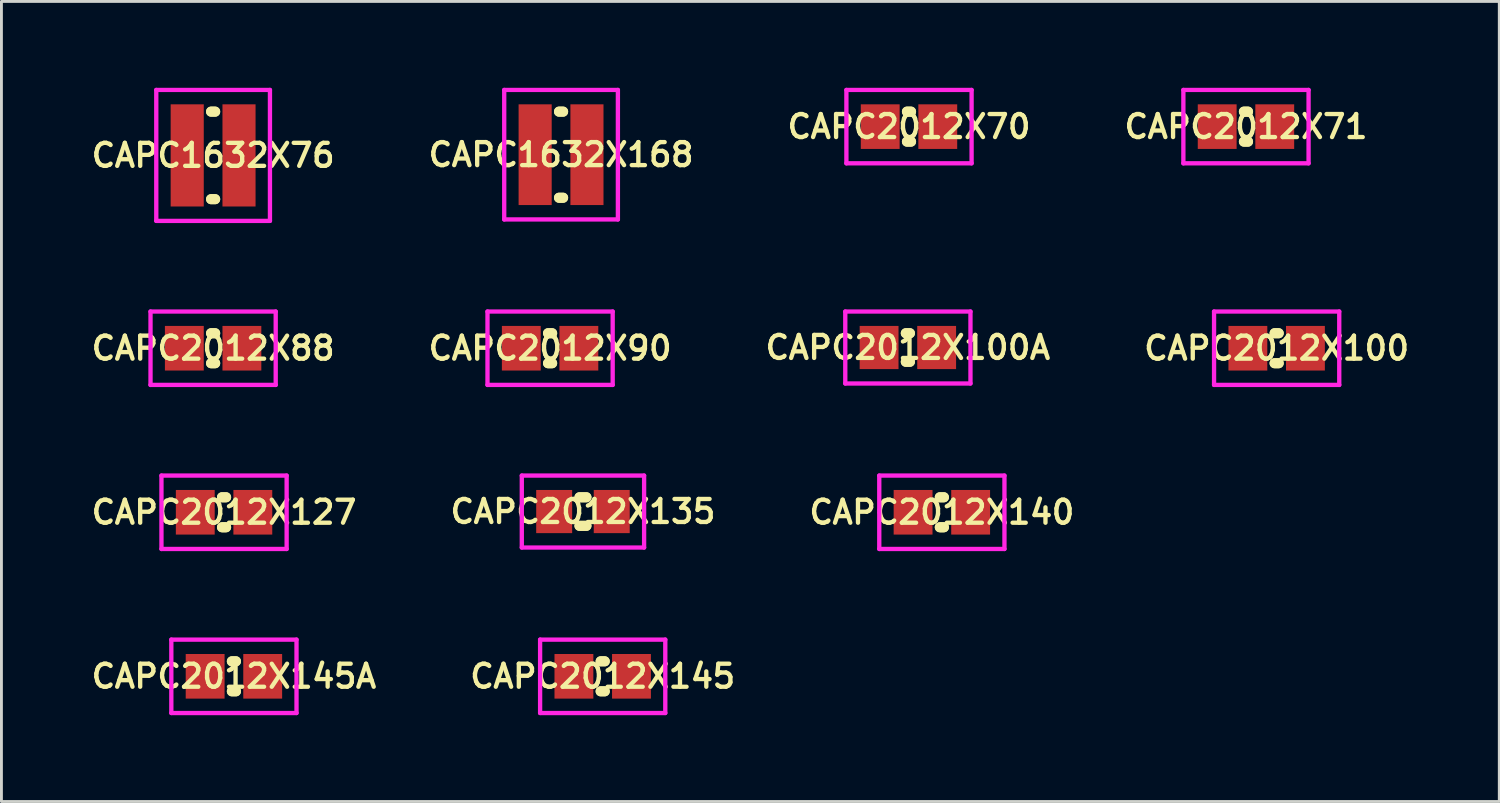
<source format=kicad_pcb>
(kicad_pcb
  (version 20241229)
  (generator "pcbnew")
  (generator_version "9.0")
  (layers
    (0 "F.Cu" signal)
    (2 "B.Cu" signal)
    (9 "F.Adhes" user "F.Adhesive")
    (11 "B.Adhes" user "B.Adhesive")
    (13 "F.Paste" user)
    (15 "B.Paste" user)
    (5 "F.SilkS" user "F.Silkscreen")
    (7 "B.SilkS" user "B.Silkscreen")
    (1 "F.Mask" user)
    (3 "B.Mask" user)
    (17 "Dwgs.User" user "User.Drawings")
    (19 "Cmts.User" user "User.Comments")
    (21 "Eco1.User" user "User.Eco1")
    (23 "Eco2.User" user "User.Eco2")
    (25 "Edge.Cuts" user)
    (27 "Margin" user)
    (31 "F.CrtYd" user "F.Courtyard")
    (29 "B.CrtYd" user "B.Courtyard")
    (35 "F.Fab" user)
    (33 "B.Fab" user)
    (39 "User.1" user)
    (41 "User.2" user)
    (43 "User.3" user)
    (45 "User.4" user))
  (footprint "CAPC2012X90"
    (layer "F.Cu")
    (at 16.064 9.05)
    (property "Reference" "CAPC2012X90" (at 0 0 0) (layer "F.SilkS") (effects (font (size 0.8 0.8) (thickness 0.15))))
    (attr smd)
    (fp_line (start -0.071 -0.521) (end 0.071 -0.521) (stroke (width 0.35) (type solid)) (layer "F.SilkS"))
    (fp_line (start -0.071 0.521) (end 0.071 0.521) (stroke (width 0.35) (type solid)) (layer "F.SilkS"))
    (fp_line (start 0.071 -0.521) (end -0.071 -0.521) (stroke (width 0.35) (type solid)) (layer "F.SilkS"))
    (fp_line (start 0.071 0.521) (end -0.071 0.521) (stroke (width 0.35) (type solid)) (layer "F.SilkS"))
    (fp_line (start -2.175 -1.275) (end 2.175 -1.275) (stroke (width 0.15) (type solid)) (layer "F.CrtYd"))
    (fp_line (start -2.175 1.275) (end -2.175 -1.275) (stroke (width 0.15) (type solid)) (layer "F.CrtYd"))
    (fp_line (start 2.175 -1.275) (end 2.175 1.275) (stroke (width 0.15) (type solid)) (layer "F.CrtYd"))
    (fp_line (start 2.175 1.275) (end -2.175 1.275) (stroke (width 0.15) (type solid)) (layer "F.CrtYd"))
    (pad "1" smd rect (at -1 0) (size 1.35 1.55) (layers "F.Cu" "F.Mask" "F.Paste"))
    (pad "2" smd rect (at 1 0) (size 1.35 1.55) (layers "F.Cu" "F.Mask" "F.Paste")))
  (footprint "CAPC2012X100A"
    (layer "F.Cu")
    (at 28.496 9.025)
    (property "Reference" "CAPC2012X100A" (at 0 0 0) (layer "F.SilkS") (effects (font (size 0.8 0.8) (thickness 0.15))))
    (attr smd)
    (fp_line (start -0.071 -0.496) (end 0.071 -0.496) (stroke (width 0.35) (type solid)) (layer "F.SilkS"))
    (fp_line (start -0.071 0.496) (end 0.071 0.496) (stroke (width 0.35) (type solid)) (layer "F.SilkS"))
    (fp_line (start 0.071 -0.496) (end -0.071 -0.496) (stroke (width 0.35) (type solid)) (layer "F.SilkS"))
    (fp_line (start 0.071 0.496) (end -0.071 0.496) (stroke (width 0.35) (type solid)) (layer "F.SilkS"))
    (fp_line (start -2.175 -1.25) (end 2.175 -1.25) (stroke (width 0.15) (type solid)) (layer "F.CrtYd"))
    (fp_line (start -2.175 1.25) (end -2.175 -1.25) (stroke (width 0.15) (type solid)) (layer "F.CrtYd"))
    (fp_line (start 2.175 -1.25) (end 2.175 1.25) (stroke (width 0.15) (type solid)) (layer "F.CrtYd"))
    (fp_line (start 2.175 1.25) (end -2.175 1.25) (stroke (width 0.15) (type solid)) (layer "F.CrtYd"))
    (pad "1" smd rect (at -1 0) (size 1.35 1.5) (layers "F.Cu" "F.Mask" "F.Paste"))
    (pad "2" smd rect (at 1 0) (size 1.35 1.5) (layers "F.Cu" "F.Mask" "F.Paste")))
  (footprint "CAPC2012X140"
    (layer "F.Cu")
    (at 29.677 14.75)
    (property "Reference" "CAPC2012X140" (at 0 0 0) (layer "F.SilkS") (effects (font (size 0.8 0.8) (thickness 0.15))))
    (attr smd)
    (fp_line (start -0.071 -0.521) (end 0.071 -0.521) (stroke (width 0.35) (type solid)) (layer "F.SilkS"))
    (fp_line (start -0.071 0.521) (end 0.071 0.521) (stroke (width 0.35) (type solid)) (layer "F.SilkS"))
    (fp_line (start 0.071 -0.521) (end -0.071 -0.521) (stroke (width 0.35) (type solid)) (layer "F.SilkS"))
    (fp_line (start 0.071 0.521) (end -0.071 0.521) (stroke (width 0.35) (type solid)) (layer "F.SilkS"))
    (fp_line (start -2.175 -1.275) (end 2.175 -1.275) (stroke (width 0.15) (type solid)) (layer "F.CrtYd"))
    (fp_line (start -2.175 1.275) (end -2.175 -1.275) (stroke (width 0.15) (type solid)) (layer "F.CrtYd"))
    (fp_line (start 2.175 -1.275) (end 2.175 1.275) (stroke (width 0.15) (type solid)) (layer "F.CrtYd"))
    (fp_line (start 2.175 1.275) (end -2.175 1.275) (stroke (width 0.15) (type solid)) (layer "F.CrtYd"))
    (pad "1" smd rect (at -1 0) (size 1.35 1.55) (layers "F.Cu" "F.Mask" "F.Paste"))
    (pad "2" smd rect (at 1 0) (size 1.35 1.55) (layers "F.Cu" "F.Mask" "F.Paste")))
  (footprint "CAPC2012X71"
    (layer "F.Cu")
    (at 40.244 1.35)
    (property "Reference" "CAPC2012X71" (at 0 0 0) (layer "F.SilkS") (effects (font (size 0.8 0.8) (thickness 0.15))))
    (attr smd)
    (fp_line (start -0.071 -0.521) (end 0.071 -0.521) (stroke (width 0.35) (type solid)) (layer "F.SilkS"))
    (fp_line (start -0.071 0.521) (end 0.071 0.521) (stroke (width 0.35) (type solid)) (layer "F.SilkS"))
    (fp_line (start 0.071 -0.521) (end -0.071 -0.521) (stroke (width 0.35) (type solid)) (layer "F.SilkS"))
    (fp_line (start 0.071 0.521) (end -0.071 0.521) (stroke (width 0.35) (type solid)) (layer "F.SilkS"))
    (fp_line (start -2.175 -1.275) (end 2.175 -1.275) (stroke (width 0.15) (type solid)) (layer "F.CrtYd"))
    (fp_line (start -2.175 1.275) (end -2.175 -1.275) (stroke (width 0.15) (type solid)) (layer "F.CrtYd"))
    (fp_line (start 2.175 -1.275) (end 2.175 1.275) (stroke (width 0.15) (type solid)) (layer "F.CrtYd"))
    (fp_line (start 2.175 1.275) (end -2.175 1.275) (stroke (width 0.15) (type solid)) (layer "F.CrtYd"))
    (pad "1" smd rect (at -1 0) (size 1.35 1.55) (layers "F.Cu" "F.Mask" "F.Paste"))
    (pad "2" smd rect (at 1 0) (size 1.35 1.55) (layers "F.Cu" "F.Mask" "F.Paste")))
  (footprint "CAPC2012X135"
    (layer "F.Cu")
    (at 17.206 14.725)
    (property "Reference" "CAPC2012X135" (at 0 0 0) (layer "F.SilkS") (effects (font (size 0.8 0.8) (thickness 0.15))))
    (attr smd)
    (fp_line (start -0.121 -0.496) (end 0.121 -0.496) (stroke (width 0.35) (type solid)) (layer "F.SilkS"))
    (fp_line (start -0.121 0.496) (end 0.121 0.496) (stroke (width 0.35) (type solid)) (layer "F.SilkS"))
    (fp_line (start 0.121 -0.496) (end -0.121 -0.496) (stroke (width 0.35) (type solid)) (layer "F.SilkS"))
    (fp_line (start 0.121 0.496) (end -0.121 0.496) (stroke (width 0.35) (type solid)) (layer "F.SilkS"))
    (fp_line (start -2.125 -1.25) (end 2.125 -1.25) (stroke (width 0.15) (type solid)) (layer "F.CrtYd"))
    (fp_line (start -2.125 1.25) (end -2.125 -1.25) (stroke (width 0.15) (type solid)) (layer "F.CrtYd"))
    (fp_line (start 2.125 -1.25) (end 2.125 1.25) (stroke (width 0.15) (type solid)) (layer "F.CrtYd"))
    (fp_line (start 2.125 1.25) (end -2.125 1.25) (stroke (width 0.15) (type solid)) (layer "F.CrtYd"))
    (pad "1" smd rect (at -1 0) (size 1.25 1.5) (layers "F.Cu" "F.Mask" "F.Paste"))
    (pad "2" smd rect (at 1 0) (size 1.25 1.5) (layers "F.Cu" "F.Mask" "F.Paste")))
  (footprint "CAPC2012X145A"
    (layer "F.Cu")
    (at 5.078 20.45)
    (property "Reference" "CAPC2012X145A" (at 0 0 0) (layer "F.SilkS") (effects (font (size 0.8 0.8) (thickness 0.15))))
    (attr smd)
    (fp_line (start -0.071 -0.521) (end 0.071 -0.521) (stroke (width 0.35) (type solid)) (layer "F.SilkS"))
    (fp_line (start -0.071 0.521) (end 0.071 0.521) (stroke (width 0.35) (type solid)) (layer "F.SilkS"))
    (fp_line (start 0.071 -0.521) (end -0.071 -0.521) (stroke (width 0.35) (type solid)) (layer "F.SilkS"))
    (fp_line (start 0.071 0.521) (end -0.071 0.521) (stroke (width 0.35) (type solid)) (layer "F.SilkS"))
    (fp_line (start -2.175 -1.275) (end 2.175 -1.275) (stroke (width 0.15) (type solid)) (layer "F.CrtYd"))
    (fp_line (start -2.175 1.275) (end -2.175 -1.275) (stroke (width 0.15) (type solid)) (layer "F.CrtYd"))
    (fp_line (start 2.175 -1.275) (end 2.175 1.275) (stroke (width 0.15) (type solid)) (layer "F.CrtYd"))
    (fp_line (start 2.175 1.275) (end -2.175 1.275) (stroke (width 0.15) (type solid)) (layer "F.CrtYd"))
    (pad "1" smd rect (at -1 0) (size 1.35 1.55) (layers "F.Cu" "F.Mask" "F.Paste"))
    (pad "2" smd rect (at 1 0) (size 1.35 1.55) (layers "F.Cu" "F.Mask" "F.Paste")))
  (footprint "CAPC2012X88"
    (layer "F.Cu")
    (at 4.355 9.05)
    (property "Reference" "CAPC2012X88" (at 0 0 0) (layer "F.SilkS") (effects (font (size 0.8 0.8) (thickness 0.15))))
    (attr smd)
    (fp_line (start -0.071 -0.521) (end 0.071 -0.521) (stroke (width 0.35) (type solid)) (layer "F.SilkS"))
    (fp_line (start -0.071 0.521) (end 0.071 0.521) (stroke (width 0.35) (type solid)) (layer "F.SilkS"))
    (fp_line (start 0.071 -0.521) (end -0.071 -0.521) (stroke (width 0.35) (type solid)) (layer "F.SilkS"))
    (fp_line (start 0.071 0.521) (end -0.071 0.521) (stroke (width 0.35) (type solid)) (layer "F.SilkS"))
    (fp_line (start -2.175 -1.275) (end 2.175 -1.275) (stroke (width 0.15) (type solid)) (layer "F.CrtYd"))
    (fp_line (start -2.175 1.275) (end -2.175 -1.275) (stroke (width 0.15) (type solid)) (layer "F.CrtYd"))
    (fp_line (start 2.175 -1.275) (end 2.175 1.275) (stroke (width 0.15) (type solid)) (layer "F.CrtYd"))
    (fp_line (start 2.175 1.275) (end -2.175 1.275) (stroke (width 0.15) (type solid)) (layer "F.CrtYd"))
    (pad "1" smd rect (at -1 0) (size 1.35 1.55) (layers "F.Cu" "F.Mask" "F.Paste"))
    (pad "2" smd rect (at 1 0) (size 1.35 1.55) (layers "F.Cu" "F.Mask" "F.Paste")))
  (footprint "CAPC1632X76"
    (layer "F.Cu")
    (at 4.355 2.35)
    (property "Reference" "CAPC1632X76" (at 0 0 0) (layer "F.SilkS") (effects (font (size 0.8 0.8) (thickness 0.15))))
    (attr smd)
    (fp_line (start -0.071 -1.521) (end 0.071 -1.521) (stroke (width 0.35) (type solid)) (layer "F.SilkS"))
    (fp_line (start -0.071 1.521) (end 0.071 1.521) (stroke (width 0.35) (type solid)) (layer "F.SilkS"))
    (fp_line (start 0.071 -1.521) (end -0.071 -1.521) (stroke (width 0.35) (type solid)) (layer "F.SilkS"))
    (fp_line (start 0.071 1.521) (end -0.071 1.521) (stroke (width 0.35) (type solid)) (layer "F.SilkS"))
    (fp_line (start -1.975 -2.275) (end 1.975 -2.275) (stroke (width 0.15) (type solid)) (layer "F.CrtYd"))
    (fp_line (start -1.975 2.275) (end -1.975 -2.275) (stroke (width 0.15) (type solid)) (layer "F.CrtYd"))
    (fp_line (start 1.975 -2.275) (end 1.975 2.275) (stroke (width 0.15) (type solid)) (layer "F.CrtYd"))
    (fp_line (start 1.975 2.275) (end -1.975 2.275) (stroke (width 0.15) (type solid)) (layer "F.CrtYd"))
    (pad "1" smd rect (at -0.9 0) (size 1.15 3.55) (layers "F.Cu" "F.Mask" "F.Paste"))
    (pad "2" smd rect (at 0.9 0) (size 1.15 3.55) (layers "F.Cu" "F.Mask" "F.Paste")))
  (footprint "CAPC2012X127"
    (layer "F.Cu")
    (at 4.735 14.75)
    (property "Reference" "CAPC2012X127" (at 0 0 0) (layer "F.SilkS") (effects (font (size 0.8 0.8) (thickness 0.15))))
    (attr smd)
    (fp_line (start -0.071 -0.521) (end 0.071 -0.521) (stroke (width 0.35) (type solid)) (layer "F.SilkS"))
    (fp_line (start -0.071 0.521) (end 0.071 0.521) (stroke (width 0.35) (type solid)) (layer "F.SilkS"))
    (fp_line (start 0.071 -0.521) (end -0.071 -0.521) (stroke (width 0.35) (type solid)) (layer "F.SilkS"))
    (fp_line (start 0.071 0.521) (end -0.071 0.521) (stroke (width 0.35) (type solid)) (layer "F.SilkS"))
    (fp_line (start -2.175 -1.275) (end 2.175 -1.275) (stroke (width 0.15) (type solid)) (layer "F.CrtYd"))
    (fp_line (start -2.175 1.275) (end -2.175 -1.275) (stroke (width 0.15) (type solid)) (layer "F.CrtYd"))
    (fp_line (start 2.175 -1.275) (end 2.175 1.275) (stroke (width 0.15) (type solid)) (layer "F.CrtYd"))
    (fp_line (start 2.175 1.275) (end -2.175 1.275) (stroke (width 0.15) (type solid)) (layer "F.CrtYd"))
    (pad "1" smd rect (at -1 0) (size 1.35 1.55) (layers "F.Cu" "F.Mask" "F.Paste"))
    (pad "2" smd rect (at 1 0) (size 1.35 1.55) (layers "F.Cu" "F.Mask" "F.Paste")))
  (footprint "CAPC2012X145"
    (layer "F.Cu")
    (at 17.892 20.45)
    (property "Reference" "CAPC2012X145" (at 0 0 0) (layer "F.SilkS") (effects (font (size 0.8 0.8) (thickness 0.15))))
    (attr smd)
    (fp_line (start -0.071 -0.521) (end 0.071 -0.521) (stroke (width 0.35) (type solid)) (layer "F.SilkS"))
    (fp_line (start -0.071 0.521) (end 0.071 0.521) (stroke (width 0.35) (type solid)) (layer "F.SilkS"))
    (fp_line (start 0.071 -0.521) (end -0.071 -0.521) (stroke (width 0.35) (type solid)) (layer "F.SilkS"))
    (fp_line (start 0.071 0.521) (end -0.071 0.521) (stroke (width 0.35) (type solid)) (layer "F.SilkS"))
    (fp_line (start -2.175 -1.275) (end 2.175 -1.275) (stroke (width 0.15) (type solid)) (layer "F.CrtYd"))
    (fp_line (start -2.175 1.275) (end -2.175 -1.275) (stroke (width 0.15) (type solid)) (layer "F.CrtYd"))
    (fp_line (start 2.175 -1.275) (end 2.175 1.275) (stroke (width 0.15) (type solid)) (layer "F.CrtYd"))
    (fp_line (start 2.175 1.275) (end -2.175 1.275) (stroke (width 0.15) (type solid)) (layer "F.CrtYd"))
    (pad "1" smd rect (at -1 0) (size 1.35 1.55) (layers "F.Cu" "F.Mask" "F.Paste"))
    (pad "2" smd rect (at 1 0) (size 1.35 1.55) (layers "F.Cu" "F.Mask" "F.Paste")))
  (footprint "CAPC2012X70"
    (layer "F.Cu")
    (at 28.535 1.35)
    (property "Reference" "CAPC2012X70" (at 0 0 0) (layer "F.SilkS") (effects (font (size 0.8 0.8) (thickness 0.15))))
    (attr smd)
    (fp_line (start -0.071 -0.521) (end 0.071 -0.521) (stroke (width 0.35) (type solid)) (layer "F.SilkS"))
    (fp_line (start -0.071 0.521) (end 0.071 0.521) (stroke (width 0.35) (type solid)) (layer "F.SilkS"))
    (fp_line (start 0.071 -0.521) (end -0.071 -0.521) (stroke (width 0.35) (type solid)) (layer "F.SilkS"))
    (fp_line (start 0.071 0.521) (end -0.071 0.521) (stroke (width 0.35) (type solid)) (layer "F.SilkS"))
    (fp_line (start -2.175 -1.275) (end 2.175 -1.275) (stroke (width 0.15) (type solid)) (layer "F.CrtYd"))
    (fp_line (start -2.175 1.275) (end -2.175 -1.275) (stroke (width 0.15) (type solid)) (layer "F.CrtYd"))
    (fp_line (start 2.175 -1.275) (end 2.175 1.275) (stroke (width 0.15) (type solid)) (layer "F.CrtYd"))
    (fp_line (start 2.175 1.275) (end -2.175 1.275) (stroke (width 0.15) (type solid)) (layer "F.CrtYd"))
    (pad "1" smd rect (at -1 0) (size 1.35 1.55) (layers "F.Cu" "F.Mask" "F.Paste"))
    (pad "2" smd rect (at 1 0) (size 1.35 1.55) (layers "F.Cu" "F.Mask" "F.Paste")))
  (footprint "CAPC1632X168"
    (layer "F.Cu")
    (at 16.445 2.325)
    (property "Reference" "CAPC1632X168" (at 0 0 0) (layer "F.SilkS") (effects (font (size 0.8 0.8) (thickness 0.15))))
    (attr smd)
    (fp_line (start -0.071 -1.496) (end 0.071 -1.496) (stroke (width 0.35) (type solid)) (layer "F.SilkS"))
    (fp_line (start -0.071 1.496) (end 0.071 1.496) (stroke (width 0.35) (type solid)) (layer "F.SilkS"))
    (fp_line (start 0.071 -1.496) (end -0.071 -1.496) (stroke (width 0.35) (type solid)) (layer "F.SilkS"))
    (fp_line (start 0.071 1.496) (end -0.071 1.496) (stroke (width 0.35) (type solid)) (layer "F.SilkS"))
    (fp_line (start -1.975 -2.25) (end 1.975 -2.25) (stroke (width 0.15) (type solid)) (layer "F.CrtYd"))
    (fp_line (start -1.975 2.25) (end -1.975 -2.25) (stroke (width 0.15) (type solid)) (layer "F.CrtYd"))
    (fp_line (start 1.975 -2.25) (end 1.975 2.25) (stroke (width 0.15) (type solid)) (layer "F.CrtYd"))
    (fp_line (start 1.975 2.25) (end -1.975 2.25) (stroke (width 0.15) (type solid)) (layer "F.CrtYd"))
    (pad "1" smd rect (at -0.9 0) (size 1.15 3.5) (layers "F.Cu" "F.Mask" "F.Paste"))
    (pad "2" smd rect (at 0.9 0) (size 1.15 3.5) (layers "F.Cu" "F.Mask" "F.Paste")))
  (footprint "CAPC2012X100"
    (layer "F.Cu")
    (at 41.31 9.05)
    (property "Reference" "CAPC2012X100" (at 0 0 0) (layer "F.SilkS") (effects (font (size 0.8 0.8) (thickness 0.15))))
    (attr smd)
    (fp_line (start -0.071 -0.521) (end 0.071 -0.521) (stroke (width 0.35) (type solid)) (layer "F.SilkS"))
    (fp_line (start -0.071 0.521) (end 0.071 0.521) (stroke (width 0.35) (type solid)) (layer "F.SilkS"))
    (fp_line (start 0.071 -0.521) (end -0.071 -0.521) (stroke (width 0.35) (type solid)) (layer "F.SilkS"))
    (fp_line (start 0.071 0.521) (end -0.071 0.521) (stroke (width 0.35) (type solid)) (layer "F.SilkS"))
    (fp_line (start -2.175 -1.275) (end 2.175 -1.275) (stroke (width 0.15) (type solid)) (layer "F.CrtYd"))
    (fp_line (start -2.175 1.275) (end -2.175 -1.275) (stroke (width 0.15) (type solid)) (layer "F.CrtYd"))
    (fp_line (start 2.175 -1.275) (end 2.175 1.275) (stroke (width 0.15) (type solid)) (layer "F.CrtYd"))
    (fp_line (start 2.175 1.275) (end -2.175 1.275) (stroke (width 0.15) (type solid)) (layer "F.CrtYd"))
    (pad "1" smd rect (at -1 0) (size 1.35 1.55) (layers "F.Cu" "F.Mask" "F.Paste"))
    (pad "2" smd rect (at 1 0) (size 1.35 1.55) (layers "F.Cu" "F.Mask" "F.Paste")))
  (gr_rect
    (start -3 -3)
    (end 49.046 24.8)
    (stroke (width 0.1) (type default))
    (fill no)
    (layer "Edge.Cuts")))
</source>
